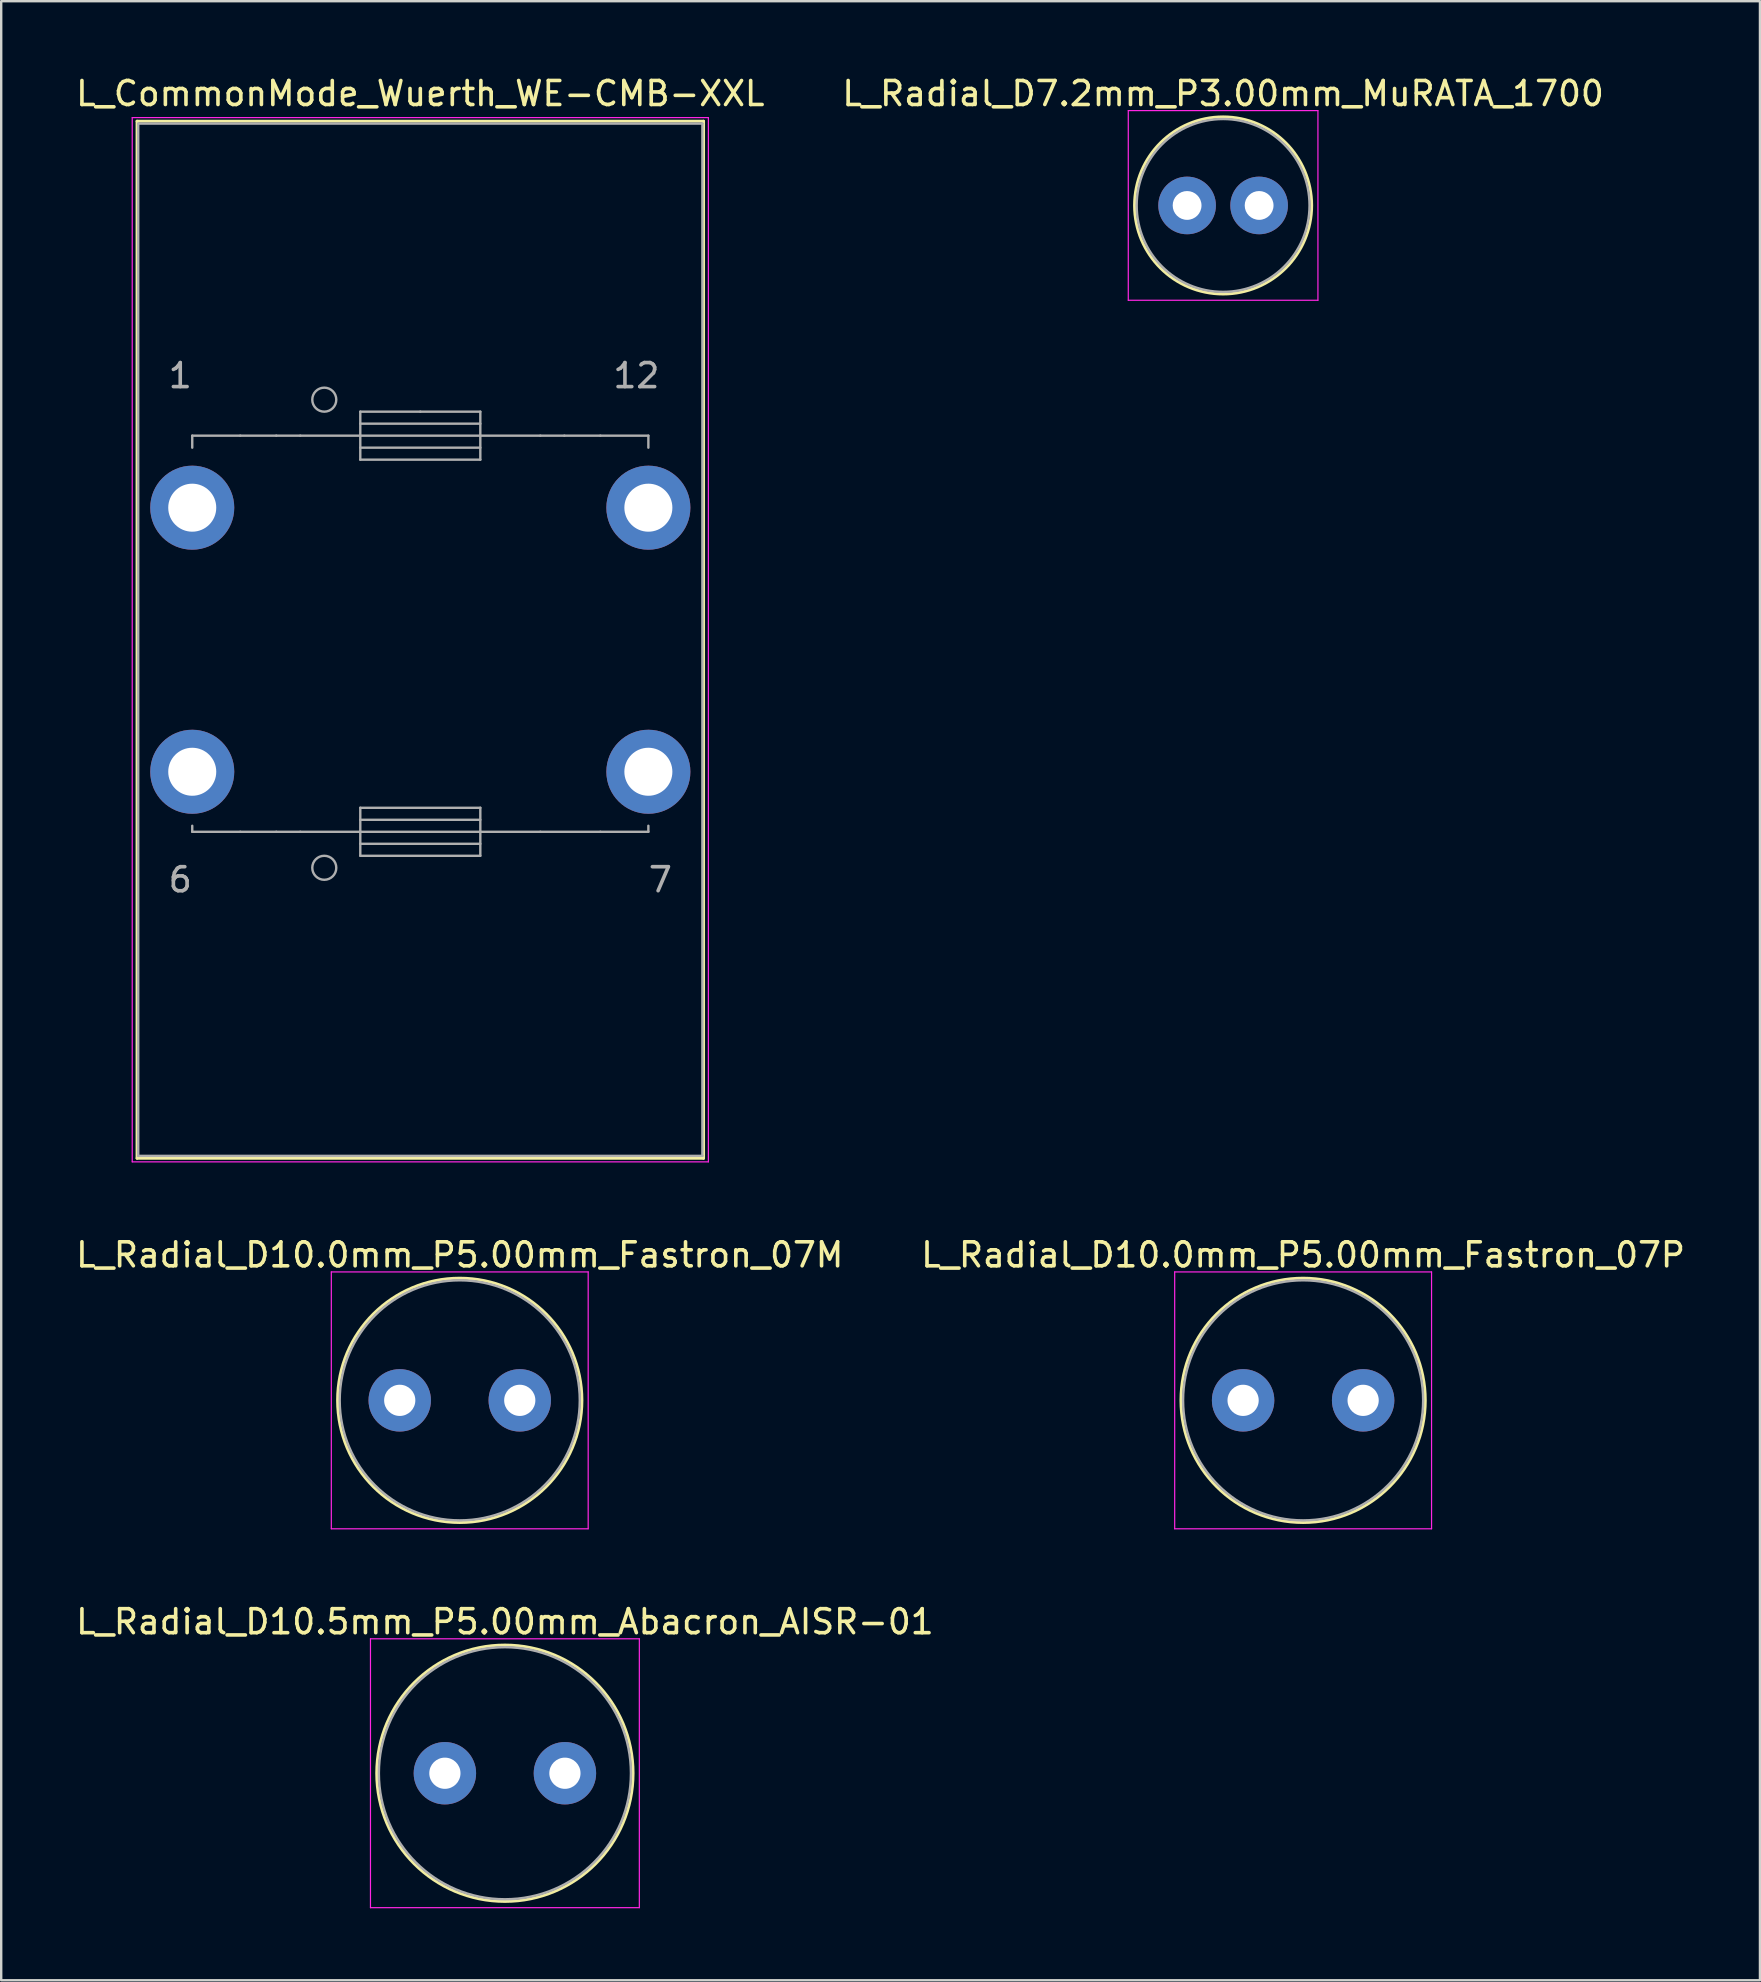
<source format=kicad_pcb>
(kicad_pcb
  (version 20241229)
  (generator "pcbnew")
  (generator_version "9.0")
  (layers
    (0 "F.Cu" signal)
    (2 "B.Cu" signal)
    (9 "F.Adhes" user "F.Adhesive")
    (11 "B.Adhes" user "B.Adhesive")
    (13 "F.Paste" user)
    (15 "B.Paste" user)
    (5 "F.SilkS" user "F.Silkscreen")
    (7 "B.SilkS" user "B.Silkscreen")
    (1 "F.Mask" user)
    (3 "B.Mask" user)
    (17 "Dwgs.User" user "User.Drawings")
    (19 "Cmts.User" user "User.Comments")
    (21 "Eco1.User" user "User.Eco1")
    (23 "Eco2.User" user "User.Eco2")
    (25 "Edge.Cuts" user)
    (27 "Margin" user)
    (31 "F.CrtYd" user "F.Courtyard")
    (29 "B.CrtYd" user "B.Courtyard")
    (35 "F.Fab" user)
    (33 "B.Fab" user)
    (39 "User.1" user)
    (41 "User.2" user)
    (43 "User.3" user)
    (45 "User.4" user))
  (footprint "L_CommonMode_Wuerth_WE-CMB-XXL"
    (layer "F.Cu")
    (at 4.958 18.098)
    (property "Reference" "L_CommonMode_Wuerth_WE-CMB-XXL" (at 9.5 -17.25 0) (layer "F.SilkS") (effects (font (size 1 1) (thickness 0.15))))
    (attr through_hole)
    (fp_line (start -2.3 -16.1) (end 21.3 -16.1) (stroke (width 0.12) (type solid)) (layer "F.SilkS"))
    (fp_line (start -2.3 27.1) (end -2.3 -16.1) (stroke (width 0.12) (type solid)) (layer "F.SilkS"))
    (fp_line (start 21.3 -16.1) (end 21.3 27.1) (stroke (width 0.12) (type solid)) (layer "F.SilkS"))
    (fp_line (start 21.3 27.1) (end -2.3 27.1) (stroke (width 0.12) (type solid)) (layer "F.SilkS"))
    (fp_line (start -2.5 -16.25) (end 21.5 -16.25) (stroke (width 0.05) (type solid)) (layer "F.CrtYd"))
    (fp_line (start -2.5 27.25) (end -2.5 -16.25) (stroke (width 0.05) (type solid)) (layer "F.CrtYd"))
    (fp_line (start 21.5 -16.25) (end 21.5 27.25) (stroke (width 0.05) (type solid)) (layer "F.CrtYd"))
    (fp_line (start 21.5 27.25) (end -2.5 27.25) (stroke (width 0.05) (type solid)) (layer "F.CrtYd"))
    (fp_line (start -2.25 -16) (end -2.25 27) (stroke (width 0.1) (type solid)) (layer "F.Fab"))
    (fp_line (start -2.25 27) (end 21.25 27) (stroke (width 0.1) (type solid)) (layer "F.Fab"))
    (fp_line (start 0 -3) (end 0 -2.5) (stroke (width 0.1) (type solid)) (layer "F.Fab"))
    (fp_line (start 0 13.5) (end 0 13.25) (stroke (width 0.1) (type solid)) (layer "F.Fab"))
    (fp_line (start 2 -3) (end 0 -3) (stroke (width 0.1) (type solid)) (layer "F.Fab"))
    (fp_line (start 2 13.5) (end 0 13.5) (stroke (width 0.1) (type solid)) (layer "F.Fab"))
    (fp_line (start 3.5 -3) (end 2 -3) (stroke (width 0.1) (type solid)) (layer "F.Fab"))
    (fp_line (start 3.5 13.5) (end 2 13.5) (stroke (width 0.1) (type solid)) (layer "F.Fab"))
    (fp_line (start 4.5 -3) (end 3.5 -3) (stroke (width 0.1) (type solid)) (layer "F.Fab"))
    (fp_line (start 4.5 13.5) (end 3.5 13.5) (stroke (width 0.1) (type solid)) (layer "F.Fab"))
    (fp_line (start 4.5 13.5) (end 7 13.5) (stroke (width 0.1) (type solid)) (layer "F.Fab"))
    (fp_line (start 7 -4) (end 9.5 -4) (stroke (width 0.1) (type solid)) (layer "F.Fab"))
    (fp_line (start 7 -3) (end 4.5 -3) (stroke (width 0.1) (type solid)) (layer "F.Fab"))
    (fp_line (start 7 -3) (end 12 -3) (stroke (width 0.1) (type solid)) (layer "F.Fab"))
    (fp_line (start 7 -2.5) (end 12 -2.5) (stroke (width 0.1) (type solid)) (layer "F.Fab"))
    (fp_line (start 7 -2) (end 7 -4) (stroke (width 0.1) (type solid)) (layer "F.Fab"))
    (fp_line (start 7 12.5) (end 12 12.5) (stroke (width 0.1) (type solid)) (layer "F.Fab"))
    (fp_line (start 7 14) (end 12 14) (stroke (width 0.1) (type solid)) (layer "F.Fab"))
    (fp_line (start 7 14.5) (end 7 12.5) (stroke (width 0.1) (type solid)) (layer "F.Fab"))
    (fp_line (start 9.5 -4) (end 12 -4) (stroke (width 0.1) (type solid)) (layer "F.Fab"))
    (fp_line (start 12 -4) (end 12 -2) (stroke (width 0.1) (type solid)) (layer "F.Fab"))
    (fp_line (start 12 -3.5) (end 7 -3.5) (stroke (width 0.1) (type solid)) (layer "F.Fab"))
    (fp_line (start 12 -3) (end 14.5 -3) (stroke (width 0.1) (type solid)) (layer "F.Fab"))
    (fp_line (start 12 -2) (end 7 -2) (stroke (width 0.1) (type solid)) (layer "F.Fab"))
    (fp_line (start 12 12.5) (end 12 14.5) (stroke (width 0.1) (type solid)) (layer "F.Fab"))
    (fp_line (start 12 13) (end 7 13) (stroke (width 0.1) (type solid)) (layer "F.Fab"))
    (fp_line (start 12 13.5) (end 7 13.5) (stroke (width 0.1) (type solid)) (layer "F.Fab"))
    (fp_line (start 12 14.5) (end 7 14.5) (stroke (width 0.1) (type solid)) (layer "F.Fab"))
    (fp_line (start 14.5 -3) (end 15.5 -3) (stroke (width 0.1) (type solid)) (layer "F.Fab"))
    (fp_line (start 14.5 13.5) (end 12 13.5) (stroke (width 0.1) (type solid)) (layer "F.Fab"))
    (fp_line (start 14.5 13.5) (end 17 13.5) (stroke (width 0.1) (type solid)) (layer "F.Fab"))
    (fp_line (start 15.5 -3) (end 17 -3) (stroke (width 0.1) (type solid)) (layer "F.Fab"))
    (fp_line (start 17 -3) (end 19 -3) (stroke (width 0.1) (type solid)) (layer "F.Fab"))
    (fp_line (start 17 13.5) (end 19 13.5) (stroke (width 0.1) (type solid)) (layer "F.Fab"))
    (fp_line (start 19 -3) (end 19 -2.5) (stroke (width 0.1) (type solid)) (layer "F.Fab"))
    (fp_line (start 19 13.5) (end 19 13.25) (stroke (width 0.1) (type solid)) (layer "F.Fab"))
    (fp_line (start 21.25 -16) (end -2.25 -16) (stroke (width 0.1) (type solid)) (layer "F.Fab"))
    (fp_line (start 21.25 27) (end 21.25 -16) (stroke (width 0.1) (type solid)) (layer "F.Fab"))
    (fp_circle (center 5.5 -4.5) (end 6 -4.5) (stroke (width 0.1) (type solid)) (fill no) (layer "F.Fab"))
    (fp_circle (center 5.5 15) (end 6 15) (stroke (width 0.1) (type solid)) (fill no) (layer "F.Fab"))
    (fp_text user "6" (at -0.5 15.5 0) (layer "F.Fab") (effects (font (size 1 1) (thickness 0.15))))
    (fp_text user "1" (at -0.5 -5.5 0) (layer "F.Fab") (effects (font (size 1 1) (thickness 0.15))))
    (fp_text user "7" (at 19.5 15.5 0) (layer "F.Fab") (effects (font (size 1 1) (thickness 0.15))))
    (fp_text user "12" (at 18.5 -5.5 0) (layer "F.Fab") (effects (font (size 1 1) (thickness 0.15))))
    (pad "1" thru_hole circle (at 0 0) (size 3.5 3.5) (drill 2) (layers "*.Cu" "*.Mask"))
    (pad "6" thru_hole circle (at 0 11) (size 3.5 3.5) (drill 2) (layers "*.Cu" "*.Mask"))
    (pad "7" thru_hole circle (at 19 11) (size 3.5 3.5) (drill 2) (layers "*.Cu" "*.Mask"))
    (pad "12" thru_hole circle (at 19 0) (size 3.5 3.5) (drill 2) (layers "*.Cu" "*.Mask")))
  (footprint "L_Radial_D10.5mm_P5.00mm_Abacron_AISR-01"
    (layer "F.Cu")
    (at 15.482 70.815)
    (property "Reference" "L_Radial_D10.5mm_P5.00mm_Abacron_AISR-01" (at 2.5 -6.31 0) (layer "F.SilkS") (effects (font (size 1 1) (thickness 0.15))))
    (attr through_hole)
    (fp_circle (center 2.5 0) (end 7.84 0) (stroke (width 0.12) (type solid)) (fill no) (layer "F.SilkS"))
    (fp_line (start -3.1 -5.6) (end -3.1 5.6) (stroke (width 0.05) (type solid)) (layer "F.CrtYd"))
    (fp_line (start -3.1 5.6) (end 8.1 5.6) (stroke (width 0.05) (type solid)) (layer "F.CrtYd"))
    (fp_line (start 8.1 -5.6) (end -3.1 -5.6) (stroke (width 0.05) (type solid)) (layer "F.CrtYd"))
    (fp_line (start 8.1 5.6) (end 8.1 -5.6) (stroke (width 0.05) (type solid)) (layer "F.CrtYd"))
    (fp_circle (center 2.5 0) (end 7.75 0) (stroke (width 0.1) (type solid)) (fill no) (layer "F.Fab"))
    (pad "1" thru_hole circle (at 0 0) (size 2.6 2.6) (drill 1.3) (layers "*.Cu" "*.Mask"))
    (pad "2" thru_hole circle (at 5 0) (size 2.6 2.6) (drill 1.3) (layers "*.Cu" "*.Mask")))
  (footprint "L_Radial_D7.2mm_P3.00mm_MuRATA_1700"
    (layer "F.Cu")
    (at 46.399 5.508)
    (property "Reference" "L_Radial_D7.2mm_P3.00mm_MuRATA_1700" (at 1.5 -4.66 0) (layer "F.SilkS") (effects (font (size 1 1) (thickness 0.15))))
    (attr through_hole)
    (fp_circle (center 1.5 0) (end 5.19 0) (stroke (width 0.12) (type solid)) (fill no) (layer "F.SilkS"))
    (fp_line (start -2.45 -3.95) (end -2.45 3.95) (stroke (width 0.05) (type solid)) (layer "F.CrtYd"))
    (fp_line (start -2.45 3.95) (end 5.45 3.95) (stroke (width 0.05) (type solid)) (layer "F.CrtYd"))
    (fp_line (start 5.45 -3.95) (end -2.45 -3.95) (stroke (width 0.05) (type solid)) (layer "F.CrtYd"))
    (fp_line (start 5.45 3.95) (end 5.45 -3.95) (stroke (width 0.05) (type solid)) (layer "F.CrtYd"))
    (fp_circle (center 1.5 0) (end 5.1 0) (stroke (width 0.1) (type solid)) (fill no) (layer "F.Fab"))
    (pad "1" thru_hole circle (at 0 0) (size 2.4 2.4) (drill 1.2) (layers "*.Cu" "*.Mask"))
    (pad "2" thru_hole circle (at 3 0) (size 2.4 2.4) (drill 1.2) (layers "*.Cu" "*.Mask")))
  (footprint "L_Radial_D10.0mm_P5.00mm_Fastron_07P"
    (layer "F.Cu")
    (at 48.732 55.282)
    (property "Reference" "L_Radial_D10.0mm_P5.00mm_Fastron_07P" (at 2.5 -6.06 0) (layer "F.SilkS") (effects (font (size 1 1) (thickness 0.15))))
    (attr through_hole)
    (fp_circle (center 2.5 0) (end 7.59 0) (stroke (width 0.12) (type solid)) (fill no) (layer "F.SilkS"))
    (fp_line (start -2.85 -5.35) (end -2.85 5.35) (stroke (width 0.05) (type solid)) (layer "F.CrtYd"))
    (fp_line (start -2.85 5.35) (end 7.85 5.35) (stroke (width 0.05) (type solid)) (layer "F.CrtYd"))
    (fp_line (start 7.85 -5.35) (end -2.85 -5.35) (stroke (width 0.05) (type solid)) (layer "F.CrtYd"))
    (fp_line (start 7.85 5.35) (end 7.85 -5.35) (stroke (width 0.05) (type solid)) (layer "F.CrtYd"))
    (fp_circle (center 2.5 0) (end 7.5 0) (stroke (width 0.1) (type solid)) (fill no) (layer "F.Fab"))
    (pad "1" thru_hole circle (at 0 0) (size 2.6 2.6) (drill 1.3) (layers "*.Cu" "*.Mask"))
    (pad "2" thru_hole circle (at 5 0) (size 2.6 2.6) (drill 1.3) (layers "*.Cu" "*.Mask")))
  (footprint "L_Radial_D10.0mm_P5.00mm_Fastron_07M"
    (layer "F.Cu")
    (at 13.601 55.282)
    (property "Reference" "L_Radial_D10.0mm_P5.00mm_Fastron_07M" (at 2.5 -6.06 0) (layer "F.SilkS") (effects (font (size 1 1) (thickness 0.15))))
    (attr through_hole)
    (fp_circle (center 2.5 0) (end 7.59 0) (stroke (width 0.12) (type solid)) (fill no) (layer "F.SilkS"))
    (fp_line (start -2.85 -5.35) (end -2.85 5.35) (stroke (width 0.05) (type solid)) (layer "F.CrtYd"))
    (fp_line (start -2.85 5.35) (end 7.85 5.35) (stroke (width 0.05) (type solid)) (layer "F.CrtYd"))
    (fp_line (start 7.85 -5.35) (end -2.85 -5.35) (stroke (width 0.05) (type solid)) (layer "F.CrtYd"))
    (fp_line (start 7.85 5.35) (end 7.85 -5.35) (stroke (width 0.05) (type solid)) (layer "F.CrtYd"))
    (fp_circle (center 2.5 0) (end 7.5 0) (stroke (width 0.1) (type solid)) (fill no) (layer "F.Fab"))
    (pad "1" thru_hole circle (at 0 0) (size 2.6 2.6) (drill 1.3) (layers "*.Cu" "*.Mask"))
    (pad "2" thru_hole circle (at 5 0) (size 2.6 2.6) (drill 1.3) (layers "*.Cu" "*.Mask")))
  (gr_rect
    (start -3 -3)
    (end 70.262 79.44)
    (stroke (width 0.1) (type default))
    (fill no)
    (layer "Edge.Cuts")))
</source>
